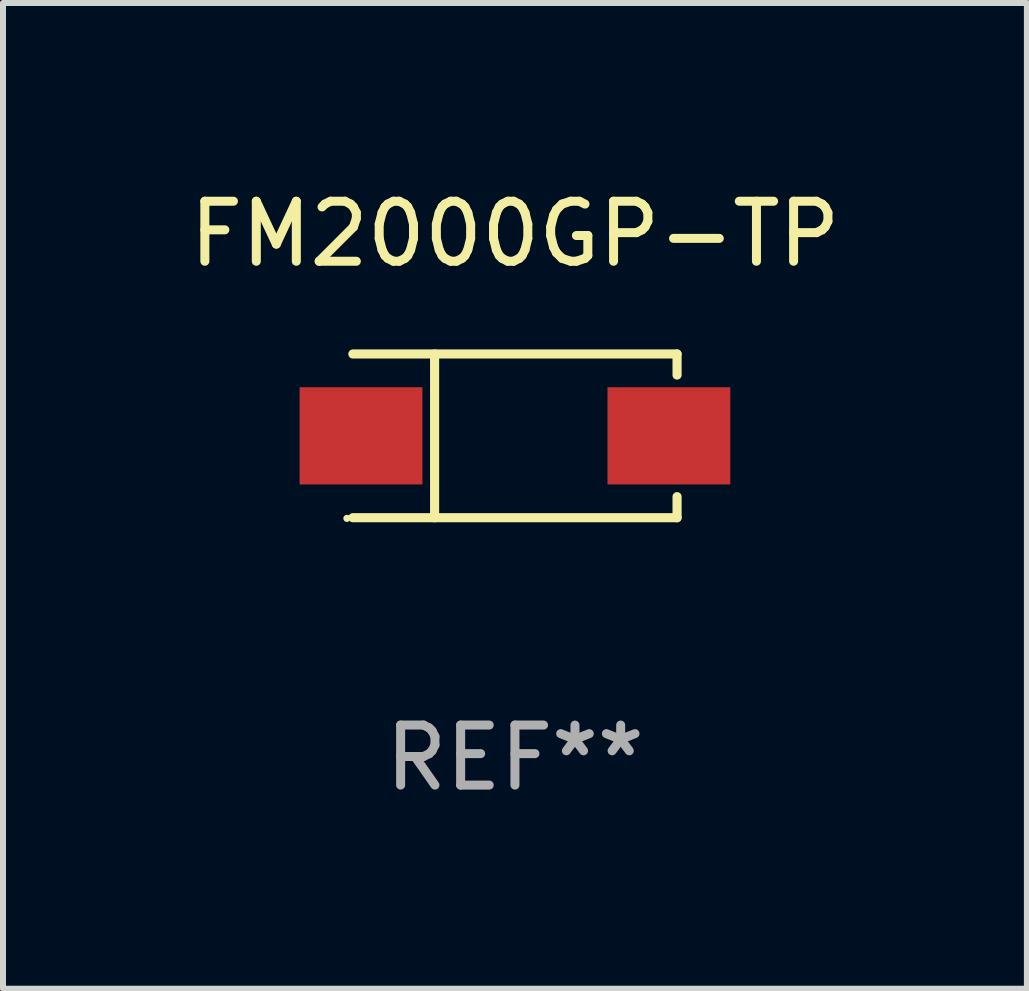
<source format=kicad_pcb>
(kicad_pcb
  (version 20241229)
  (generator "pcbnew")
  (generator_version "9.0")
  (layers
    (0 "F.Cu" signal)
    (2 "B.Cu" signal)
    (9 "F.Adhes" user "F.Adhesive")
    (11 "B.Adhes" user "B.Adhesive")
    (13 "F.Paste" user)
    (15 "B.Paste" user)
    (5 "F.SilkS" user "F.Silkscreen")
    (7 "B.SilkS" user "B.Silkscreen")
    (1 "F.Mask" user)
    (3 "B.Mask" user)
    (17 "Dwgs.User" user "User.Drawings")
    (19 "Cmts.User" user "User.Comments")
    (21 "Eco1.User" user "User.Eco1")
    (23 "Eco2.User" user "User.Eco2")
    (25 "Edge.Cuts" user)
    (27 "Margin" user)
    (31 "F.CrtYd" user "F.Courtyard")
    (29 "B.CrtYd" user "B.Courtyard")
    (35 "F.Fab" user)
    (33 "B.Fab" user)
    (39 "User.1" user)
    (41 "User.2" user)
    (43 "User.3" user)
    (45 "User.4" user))
  (footprint "FM2000GP-TP"
    (layer "F.Cu")
    (at 5.53 4.212)
    (property "Reference" "FM2000GP-TP" (at 0 -3.364 0) (layer "F.SilkS") (effects (font (size 1 1) (thickness 0.15))))
    (attr through_hole)
    (fp_line (start -2.701 -1.364) (end 2.701 -1.364) (stroke (width 0.152) (type solid)) (layer "F.SilkS"))
    (fp_line (start -2.701 1.364) (end 2.701 1.364) (stroke (width 0.152) (type solid)) (layer "F.SilkS"))
    (fp_line (start -1.339 -1.364) (end -1.339 1.364) (stroke (width 0.152) (type solid)) (layer "F.SilkS"))
    (fp_line (start 2.701 -1.364) (end 2.701 -1.013) (stroke (width 0.152) (type solid)) (layer "F.SilkS"))
    (fp_line (start 2.701 1.364) (end 2.701 1.013) (stroke (width 0.152) (type solid)) (layer "F.SilkS"))
    (fp_circle (center -2.8 1.375) (end -2.77 1.375) (stroke (width 0.06) (type solid)) (fill no) (layer "F.SilkS"))
    (fp_text user "REF**" (at 0 5.364 0) (layer "F.Fab") (effects (font (size 1 1) (thickness 0.15))))
    (pad "1" smd rect (at -2.565 -0.000025) (size 2.046 1.62) (layers "F.Cu" "F.Mask" "F.Paste"))
    (pad "2" smd rect (at 2.565 -0.000025) (size 2.046 1.62) (layers "F.Cu" "F.Mask" "F.Paste")))
  (gr_rect
    (start -3 -3)
    (end 14.06 13.424)
    (stroke (width 0.1) (type default))
    (fill no)
    (layer "Edge.Cuts")))
</source>
